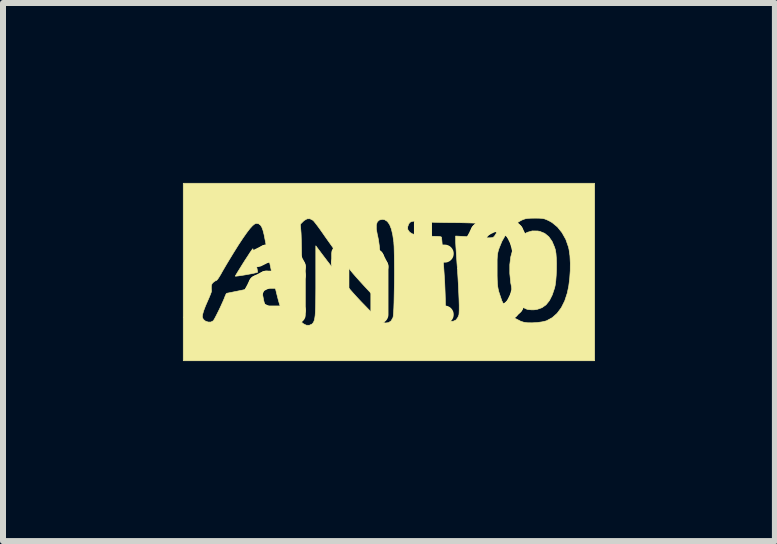
<source format=kicad_pcb>
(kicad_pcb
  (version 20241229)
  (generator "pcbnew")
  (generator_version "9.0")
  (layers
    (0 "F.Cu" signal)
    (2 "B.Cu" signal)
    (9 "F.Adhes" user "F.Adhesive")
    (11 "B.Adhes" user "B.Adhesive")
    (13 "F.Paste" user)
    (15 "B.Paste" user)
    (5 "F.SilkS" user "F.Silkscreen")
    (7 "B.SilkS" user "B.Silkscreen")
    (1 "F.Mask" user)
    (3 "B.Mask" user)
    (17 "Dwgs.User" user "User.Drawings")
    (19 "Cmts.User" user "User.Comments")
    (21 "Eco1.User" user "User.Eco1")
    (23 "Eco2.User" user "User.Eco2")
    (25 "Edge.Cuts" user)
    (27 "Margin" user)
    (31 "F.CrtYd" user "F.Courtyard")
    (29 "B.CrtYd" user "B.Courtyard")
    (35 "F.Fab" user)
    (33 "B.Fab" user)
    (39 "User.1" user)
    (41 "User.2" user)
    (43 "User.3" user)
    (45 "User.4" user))
  (footprint "ant0"
    (layer "F.Cu")
    (at 3.421 1.505)
    (property "Reference" "ant0" (at 0 0 0) (layer "F.SilkS") (effects (font (size 1.524 1.524) (thickness 0.3))))
    (attr through_hole)
    (fp_poly (pts (xy -2.249 -0.385) (xy -2.24 -0.344) (xy -2.229 -0.291) (xy -2.216 -0.23) (xy -2.204 -0.168) (xy -2.192 -0.11) (xy -2.183 -0.062) (xy -2.177 -0.029) (xy -2.176 -0.017) (xy -2.191 -0.011) (xy -2.226 -0.003) (xy -2.275 0.008) (xy -2.332 0.018) (xy -2.392 0.029) (xy -2.449 0.038) (xy -2.498 0.045) (xy -2.533 0.049) (xy -2.549 0.049) (xy -2.549 0.048) (xy -2.511 -0.016) (xy -2.468 -0.085) (xy -2.424 -0.156) (xy -2.381 -0.224) (xy -2.34 -0.286) (xy -2.306 -0.339) (xy -2.278 -0.379) (xy -2.261 -0.403) (xy -2.255 -0.408) (xy -2.249 -0.385)) (stroke (width 0.01) (type solid)) (fill yes) (layer "F.SilkS"))
    (fp_poly (pts (xy 2.494 -0.704) (xy 2.53 -0.697) (xy 2.609 -0.665) (xy 2.678 -0.609) (xy 2.733 -0.531) (xy 2.775 -0.432) (xy 2.788 -0.389) (xy 2.798 -0.33) (xy 2.804 -0.251) (xy 2.807 -0.16) (xy 2.806 -0.062) (xy 2.802 0.035) (xy 2.795 0.125) (xy 2.785 0.201) (xy 2.776 0.243) (xy 2.736 0.362) (xy 2.689 0.456) (xy 2.632 0.527) (xy 2.564 0.575) (xy 2.484 0.603) (xy 2.434 0.61) (xy 2.382 0.61) (xy 2.332 0.605) (xy 2.315 0.601) (xy 2.277 0.584) (xy 2.232 0.555) (xy 2.205 0.534) (xy 2.148 0.47) (xy 2.103 0.388) (xy 2.068 0.286) (xy 2.044 0.162) (xy 2.029 0.014) (xy 2.028 -0.002) (xy 2.028 -0.142) (xy 2.044 -0.271) (xy 2.075 -0.386) (xy 2.119 -0.487) (xy 2.175 -0.571) (xy 2.242 -0.636) (xy 2.318 -0.681) (xy 2.402 -0.705) (xy 2.494 -0.704)) (stroke (width 0.01) (type solid)) (fill yes) (layer "F.SilkS"))
    (fp_poly (pts (xy 3.443 1.46) (xy -3.416 1.46) (xy -3.416 0.727) (xy -3.098 0.727) (xy -3.098 0.733) (xy -3.08 0.771) (xy -3.045 0.799) (xy -3.001 0.814) (xy -2.956 0.814) (xy -2.919 0.795) (xy -2.914 0.791) (xy -2.9 0.769) (xy -2.878 0.729) (xy -2.85 0.674) (xy -2.819 0.612) (xy -2.788 0.546) (xy -2.759 0.482) (xy -2.735 0.427) (xy -2.719 0.385) (xy -2.705 0.353) (xy -2.694 0.336) (xy -2.692 0.335) (xy -2.678 0.332) (xy -2.642 0.325) (xy -2.589 0.314) (xy -2.524 0.301) (xy -2.451 0.286) (xy -2.376 0.27) (xy -2.303 0.254) (xy -2.236 0.24) (xy -2.181 0.228) (xy -2.148 0.221) (xy -2.135 0.22) (xy -2.125 0.227) (xy -2.117 0.247) (xy -2.108 0.283) (xy -2.097 0.342) (xy -2.096 0.345) (xy -2.072 0.465) (xy -2.043 0.572) (xy -2.011 0.662) (xy -1.977 0.733) (xy -1.943 0.782) (xy -1.926 0.796) (xy -1.881 0.814) (xy -1.834 0.811) (xy -1.793 0.789) (xy -1.764 0.753) (xy -1.755 0.711) (xy -1.76 0.681) (xy -1.772 0.634) (xy -1.79 0.578) (xy -1.801 0.546) (xy -1.816 0.5) (xy -1.835 0.432) (xy -1.857 0.345) (xy -1.882 0.242) (xy -1.909 0.127) (xy -1.937 0.005) (xy -1.964 -0.122) (xy -1.991 -0.25) (xy -2.016 -0.375) (xy -2.039 -0.494) (xy -2.05 -0.549) (xy -2.069 -0.646) (xy -2.088 -0.719) (xy -2.108 -0.771) (xy -2.131 -0.805) (xy -2.147 -0.816) (xy -1.464 -0.816) (xy -1.452 -0.673) (xy -1.45 -0.63) (xy -1.448 -0.565) (xy -1.446 -0.479) (xy -1.444 -0.376) (xy -1.442 -0.259) (xy -1.441 -0.133) (xy -1.441 0.001) (xy -1.44 0.139) (xy -1.44 0.145) (xy -1.44 0.82) (xy -1.409 0.845) (xy -1.364 0.867) (xy -1.315 0.868) (xy -1.272 0.849) (xy -1.262 0.841) (xy -1.25 0.825) (xy -1.239 0.806) (xy -1.23 0.781) (xy -1.223 0.747) (xy -1.217 0.704) (xy -1.213 0.647) (xy -1.21 0.575) (xy -1.208 0.485) (xy -1.207 0.375) (xy -1.206 0.243) (xy -1.206 0.116) (xy -1.206 -0.457) (xy -1.103 -0.319) (xy -1.008 -0.194) (xy -0.905 -0.061) (xy -0.799 0.072) (xy -0.697 0.196) (xy -0.632 0.275) (xy -0.581 0.333) (xy -0.522 0.398) (xy -0.457 0.468) (xy -0.389 0.538) (xy -0.322 0.607) (xy -0.259 0.671) (xy -0.202 0.726) (xy -0.155 0.77) (xy -0.12 0.8) (xy -0.104 0.812) (xy -0.046 0.83) (xy 0.007 0.824) (xy 0.05 0.794) (xy 0.079 0.743) (xy 0.083 0.73) (xy 0.087 0.701) (xy 0.091 0.648) (xy 0.095 0.576) (xy 0.098 0.488) (xy 0.1 0.387) (xy 0.102 0.277) (xy 0.104 0.161) (xy 0.105 0.044) (xy 0.105 -0.072) (xy 0.104 -0.183) (xy 0.103 -0.285) (xy 0.101 -0.374) (xy 0.099 -0.448) (xy 0.095 -0.503) (xy 0.095 -0.513) (xy 0.077 -0.638) (xy 0.054 -0.737) (xy 0.042 -0.767) (xy 0.324 -0.767) (xy 0.329 -0.725) (xy 0.358 -0.685) (xy 0.359 -0.684) (xy 0.402 -0.657) (xy 0.471 -0.637) (xy 0.565 -0.623) (xy 0.685 -0.617) (xy 0.744 -0.616) (xy 0.814 -0.615) (xy 0.86 -0.612) (xy 0.884 -0.605) (xy 0.89 -0.599) (xy 0.892 -0.581) (xy 0.896 -0.541) (xy 0.901 -0.483) (xy 0.906 -0.413) (xy 0.91 -0.348) (xy 0.916 -0.253) (xy 0.923 -0.149) (xy 0.93 -0.047) (xy 0.936 0.043) (xy 0.938 0.074) (xy 0.943 0.154) (xy 0.947 0.251) (xy 0.951 0.355) (xy 0.954 0.457) (xy 0.955 0.507) (xy 0.957 0.594) (xy 0.958 0.658) (xy 0.961 0.704) (xy 0.964 0.734) (xy 0.97 0.754) (xy 0.977 0.767) (xy 0.988 0.777) (xy 0.99 0.779) (xy 1.035 0.8) (xy 1.084 0.801) (xy 1.128 0.781) (xy 1.137 0.772) (xy 1.162 0.737) (xy 1.18 0.695) (xy 1.183 0.665) (xy 1.185 0.611) (xy 1.185 0.534) (xy 1.182 0.437) (xy 1.177 0.323) (xy 1.171 0.194) (xy 1.163 0.052) (xy 1.153 -0.101) (xy 1.148 -0.162) (xy 1.817 -0.162) (xy 1.817 -0.076) (xy 1.817 -0.054) (xy 1.817 0.042) (xy 1.819 0.116) (xy 1.822 0.174) (xy 1.827 0.222) (xy 1.834 0.263) (xy 1.844 0.305) (xy 1.847 0.315) (xy 1.895 0.458) (xy 1.956 0.579) (xy 2.029 0.677) (xy 2.114 0.751) (xy 2.211 0.801) (xy 2.26 0.817) (xy 2.323 0.826) (xy 2.402 0.827) (xy 2.486 0.822) (xy 2.567 0.811) (xy 2.634 0.795) (xy 2.646 0.79) (xy 2.736 0.741) (xy 2.817 0.669) (xy 2.887 0.575) (xy 2.944 0.461) (xy 2.987 0.33) (xy 2.987 0.329) (xy 3.011 0.214) (xy 3.027 0.088) (xy 3.036 -0.042) (xy 3.037 -0.171) (xy 3.031 -0.291) (xy 3.016 -0.395) (xy 3.007 -0.435) (xy 2.962 -0.564) (xy 2.899 -0.676) (xy 2.823 -0.771) (xy 2.733 -0.845) (xy 2.682 -0.874) (xy 2.641 -0.893) (xy 2.607 -0.906) (xy 2.572 -0.913) (xy 2.529 -0.917) (xy 2.47 -0.918) (xy 2.445 -0.918) (xy 2.377 -0.917) (xy 2.328 -0.914) (xy 2.29 -0.908) (xy 2.256 -0.897) (xy 2.216 -0.88) (xy 2.216 -0.88) (xy 2.124 -0.824) (xy 2.038 -0.745) (xy 1.962 -0.646) (xy 1.897 -0.532) (xy 1.852 -0.422) (xy 1.839 -0.384) (xy 1.83 -0.35) (xy 1.824 -0.316) (xy 1.82 -0.277) (xy 1.817 -0.227) (xy 1.817 -0.162) (xy 1.148 -0.162) (xy 1.145 -0.208) (xy 1.139 -0.295) (xy 1.134 -0.378) (xy 1.129 -0.452) (xy 1.126 -0.51) (xy 1.125 -0.547) (xy 1.125 -0.548) (xy 1.125 -0.62) (xy 1.276 -0.612) (xy 1.399 -0.604) (xy 1.499 -0.598) (xy 1.577 -0.594) (xy 1.636 -0.591) (xy 1.68 -0.59) (xy 1.712 -0.591) (xy 1.733 -0.593) (xy 1.747 -0.597) (xy 1.757 -0.603) (xy 1.765 -0.611) (xy 1.774 -0.62) (xy 1.803 -0.666) (xy 1.808 -0.718) (xy 1.79 -0.768) (xy 1.778 -0.783) (xy 1.765 -0.796) (xy 1.75 -0.806) (xy 1.728 -0.813) (xy 1.695 -0.819) (xy 1.646 -0.823) (xy 1.576 -0.828) (xy 1.547 -0.83) (xy 1.472 -0.834) (xy 1.377 -0.838) (xy 1.27 -0.841) (xy 1.16 -0.843) (xy 1.054 -0.844) (xy 1.032 -0.844) (xy 0.933 -0.845) (xy 0.833 -0.847) (xy 0.739 -0.85) (xy 0.657 -0.854) (xy 0.593 -0.858) (xy 0.577 -0.86) (xy 0.496 -0.867) (xy 0.437 -0.869) (xy 0.396 -0.863) (xy 0.367 -0.85) (xy 0.348 -0.828) (xy 0.342 -0.818) (xy 0.324 -0.767) (xy 0.042 -0.767) (xy 0.024 -0.812) (xy -0.013 -0.863) (xy -0.057 -0.891) (xy -0.095 -0.898) (xy -0.146 -0.887) (xy -0.18 -0.857) (xy -0.197 -0.806) (xy -0.197 -0.735) (xy -0.18 -0.642) (xy -0.174 -0.619) (xy -0.16 -0.548) (xy -0.147 -0.453) (xy -0.136 -0.332) (xy -0.127 -0.186) (xy -0.12 -0.013) (xy -0.115 0.184) (xy -0.113 0.283) (xy -0.112 0.359) (xy -0.112 0.413) (xy -0.113 0.45) (xy -0.115 0.472) (xy -0.12 0.483) (xy -0.125 0.486) (xy -0.133 0.483) (xy -0.133 0.483) (xy -0.153 0.467) (xy -0.187 0.435) (xy -0.233 0.389) (xy -0.287 0.332) (xy -0.347 0.268) (xy -0.41 0.2) (xy -0.473 0.131) (xy -0.533 0.064) (xy -0.587 0.002) (xy -0.611 -0.027) (xy -0.75 -0.2) (xy -0.898 -0.396) (xy -1.051 -0.611) (xy -1.089 -0.666) (xy -1.135 -0.731) (xy -1.178 -0.79) (xy -1.215 -0.838) (xy -1.242 -0.871) (xy -1.255 -0.883) (xy -1.303 -0.908) (xy -1.351 -0.907) (xy -1.401 -0.878) (xy -1.417 -0.863) (xy -1.464 -0.816) (xy -2.147 -0.816) (xy -2.158 -0.824) (xy -2.191 -0.83) (xy -2.198 -0.831) (xy -2.225 -0.821) (xy -2.26 -0.793) (xy -2.304 -0.745) (xy -2.357 -0.676) (xy -2.421 -0.585) (xy -2.495 -0.473) (xy -2.58 -0.337) (xy -2.594 -0.314) (xy -2.641 -0.237) (xy -2.688 -0.159) (xy -2.731 -0.086) (xy -2.767 -0.024) (xy -2.786 0.011) (xy -2.814 0.058) (xy -2.839 0.096) (xy -2.857 0.117) (xy -2.863 0.12) (xy -2.883 0.129) (xy -2.911 0.149) (xy -2.914 0.151) (xy -2.936 0.175) (xy -2.947 0.206) (xy -2.948 0.25) (xy -2.945 0.298) (xy -2.949 0.317) (xy -2.963 0.354) (xy -2.983 0.403) (xy -3 0.442) (xy -3.045 0.545) (xy -3.076 0.626) (xy -3.093 0.686) (xy -3.098 0.727) (xy -3.416 0.727) (xy -3.416 -1.5) (xy 3.443 -1.5) (xy 3.443 1.46)) (stroke (width 0.01) (type solid)) (fill yes) (layer "F.SilkS")))
  (gr_rect
    (start -3 -3)
    (end 9.869 5.971)
    (stroke (width 0.1) (type default))
    (fill no)
    (layer "Edge.Cuts")))
</source>
